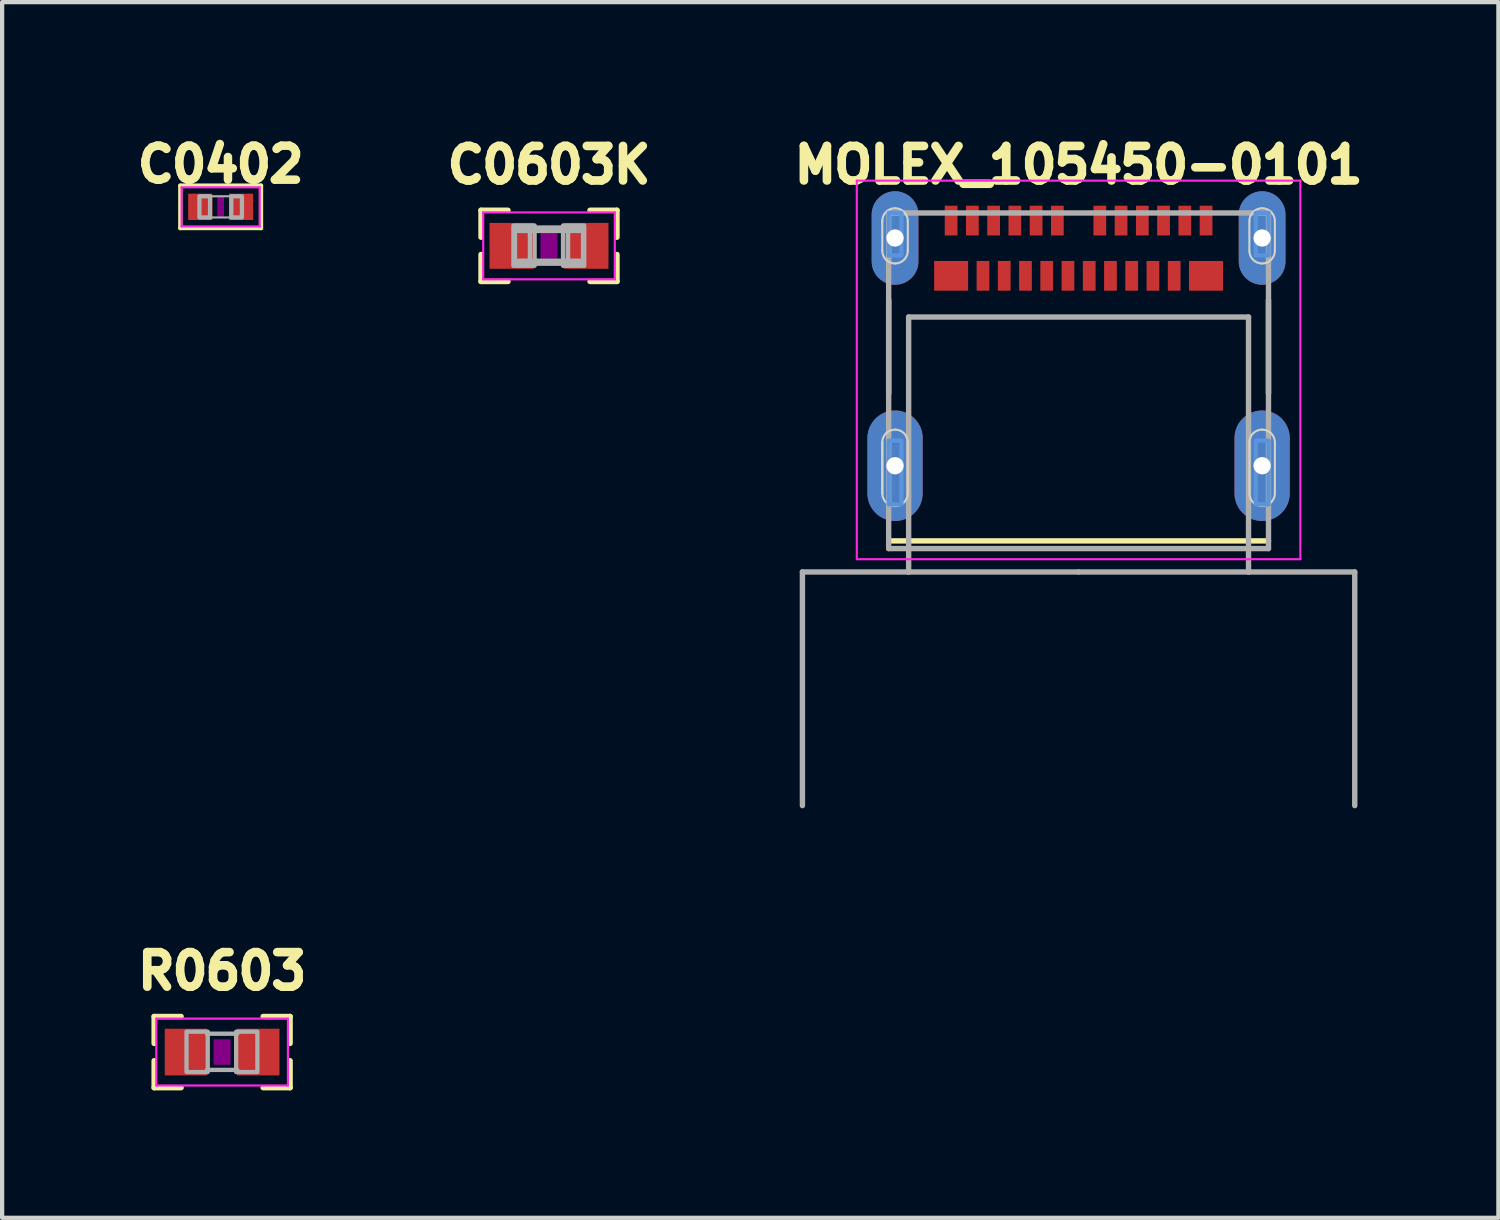
<source format=kicad_pcb>
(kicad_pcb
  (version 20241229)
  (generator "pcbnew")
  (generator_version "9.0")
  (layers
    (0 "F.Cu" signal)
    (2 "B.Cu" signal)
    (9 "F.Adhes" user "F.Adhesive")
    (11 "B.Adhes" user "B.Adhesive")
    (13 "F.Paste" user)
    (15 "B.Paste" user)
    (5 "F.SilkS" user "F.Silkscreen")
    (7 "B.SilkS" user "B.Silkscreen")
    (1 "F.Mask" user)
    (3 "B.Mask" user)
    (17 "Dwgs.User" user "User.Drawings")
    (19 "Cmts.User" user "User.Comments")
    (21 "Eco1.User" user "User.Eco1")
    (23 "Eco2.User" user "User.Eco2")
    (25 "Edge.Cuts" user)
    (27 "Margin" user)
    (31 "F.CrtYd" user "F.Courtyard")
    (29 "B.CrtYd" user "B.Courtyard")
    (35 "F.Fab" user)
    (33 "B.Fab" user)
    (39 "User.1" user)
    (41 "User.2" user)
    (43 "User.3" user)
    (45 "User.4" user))
  (footprint "C0402"
    (layer "F.Cu")
    (at 2.144 1.819)
    (property "Reference" "C0402" (at 0 -1 0) (layer "F.SilkS") (effects (font (size 0.8 0.8) (thickness 0.2))))
    (fp_line (start -0.95 -0.5) (end 0.95 -0.5) (stroke (width 0.1) (type solid)) (layer "F.SilkS"))
    (fp_line (start -0.95 0.5) (end -0.95 -0.5) (stroke (width 0.1) (type solid)) (layer "F.SilkS"))
    (fp_line (start 0.95 -0.5) (end 0.95 0.5) (stroke (width 0.1) (type solid)) (layer "F.SilkS"))
    (fp_line (start 0.95 0.5) (end -0.95 0.5) (stroke (width 0.1) (type solid)) (layer "F.SilkS"))
    (fp_poly (pts (xy -0.079 0.238) (xy 0.079 0.238) (xy 0.079 -0.238) (xy -0.079 -0.238)) (stroke (width 0) (type default)) (fill yes) (layer "F.Adhes"))
    (fp_line (start -0.92 -0.46) (end -0.92 0.46) (stroke (width 0.05) (type solid)) (layer "F.CrtYd"))
    (fp_line (start -0.92 0.46) (end 0.92 0.46) (stroke (width 0.05) (type solid)) (layer "F.CrtYd"))
    (fp_line (start 0.92 -0.46) (end -0.92 -0.46) (stroke (width 0.05) (type solid)) (layer "F.CrtYd"))
    (fp_line (start 0.92 0.46) (end 0.92 -0.46) (stroke (width 0.05) (type solid)) (layer "F.CrtYd"))
    (fp_line (start -0.5 -0.25) (end 0.5 -0.25) (stroke (width 0.05) (type solid)) (layer "F.Fab"))
    (fp_line (start 0.5 0.25) (end -0.5 0.25) (stroke (width 0.05) (type solid)) (layer "F.Fab"))
    (fp_poly (pts (xy -0.5 0.25) (xy -0.25 0.25) (xy -0.25 -0.25) (xy -0.5 -0.25)) (stroke (width 0.1) (type default)) (fill no) (layer "F.Fab"))
    (fp_poly (pts (xy 0.25 0.25) (xy 0.5 0.25) (xy 0.5 -0.25) (xy 0.25 -0.25)) (stroke (width 0.1) (type default)) (fill no) (layer "F.Fab"))
    (pad "1" smd rect (at -0.48 0) (size 0.57 0.62) (layers "F.Cu" "F.Mask" "F.Paste"))
    (pad "2" smd rect (at 0.48 0) (size 0.57 0.62) (layers "F.Cu" "F.Mask" "F.Paste")))
  (footprint "R0603"
    (layer "F.Cu")
    (at 2.178 21.713)
    (property "Reference" "R0603" (at 0 -1.905 0) (layer "F.SilkS") (effects (font (size 0.813 0.813) (thickness 0.203))))
    (fp_line (start -1.6 -0.838) (end -1.6 -0.203) (stroke (width 0.127) (type solid)) (layer "F.SilkS"))
    (fp_line (start -1.6 -0.838) (end -0.965 -0.838) (stroke (width 0.127) (type solid)) (layer "F.SilkS"))
    (fp_line (start -1.6 0.838) (end -1.6 0.203) (stroke (width 0.127) (type solid)) (layer "F.SilkS"))
    (fp_line (start -1.6 0.838) (end -0.965 0.838) (stroke (width 0.127) (type solid)) (layer "F.SilkS"))
    (fp_line (start 1.6 -0.838) (end 0.965 -0.838) (stroke (width 0.127) (type solid)) (layer "F.SilkS"))
    (fp_line (start 1.6 -0.838) (end 1.6 -0.203) (stroke (width 0.127) (type solid)) (layer "F.SilkS"))
    (fp_line (start 1.6 0.838) (end 0.965 0.838) (stroke (width 0.127) (type solid)) (layer "F.SilkS"))
    (fp_line (start 1.6 0.838) (end 1.6 0.203) (stroke (width 0.127) (type solid)) (layer "F.SilkS"))
    (fp_poly (pts (xy -0.2 0.3) (xy 0.2 0.3) (xy 0.2 -0.3) (xy -0.2 -0.3)) (stroke (width 0) (type default)) (fill yes) (layer "F.Adhes"))
    (fp_line (start -1.549 -0.787) (end 1.549 -0.787) (stroke (width 0.051) (type solid)) (layer "F.CrtYd"))
    (fp_line (start -1.549 0.787) (end -1.549 -0.787) (stroke (width 0.051) (type solid)) (layer "F.CrtYd"))
    (fp_line (start 1.549 -0.787) (end 1.549 0.787) (stroke (width 0.051) (type solid)) (layer "F.CrtYd"))
    (fp_line (start 1.549 0.787) (end -1.549 0.787) (stroke (width 0.051) (type solid)) (layer "F.CrtYd"))
    (fp_line (start -0.356 -0.432) (end 0.356 -0.432) (stroke (width 0.102) (type solid)) (layer "F.Fab"))
    (fp_line (start -0.356 0.419) (end 0.356 0.419) (stroke (width 0.102) (type solid)) (layer "F.Fab"))
    (fp_poly (pts (xy -0.838 0.47) (xy -0.338 0.47) (xy -0.338 -0.48) (xy -0.838 -0.48)) (stroke (width 0.1) (type default)) (fill no) (layer "F.Fab"))
    (fp_poly (pts (xy 0.33 0.47) (xy 0.83 0.47) (xy 0.83 -0.48) (xy 0.33 -0.48)) (stroke (width 0.1) (type default)) (fill no) (layer "F.Fab"))
    (pad "1" smd rect (at -0.85 0) (size 1 1.1) (layers "F.Cu" "F.Mask" "F.Paste"))
    (pad "2" smd rect (at 0.85 0) (size 1 1.1) (layers "F.Cu" "F.Mask" "F.Paste")))
  (footprint "MOLEX_105450-0101"
    (layer "F.Cu")
    (at 22.337 5.912)
    (property "Reference" "MOLEX_105450-0101" (at 0 -5.08 0) (layer "F.SilkS") (effects (font (size 0.813 0.813) (thickness 0.203))))
    (fp_line (start -4.47 0.3) (end -4.47 -1.9) (stroke (width 0.127) (type solid)) (layer "F.SilkS"))
    (fp_line (start -4.47 3.77) (end 4.47 3.77) (stroke (width 0.127) (type solid)) (layer "F.SilkS"))
    (fp_line (start 4.47 0.3) (end 4.47 -1.9) (stroke (width 0.127) (type solid)) (layer "F.SilkS"))
    (fp_poly (pts (xy -4.47 -2.95) (xy -4.17 -2.95) (xy -4.17 -3.95) (xy -4.47 -3.95)) (stroke (width 0.1) (type default)) (fill no) (layer "Cmts.User"))
    (fp_poly (pts (xy -4.47 2.91) (xy -4.17 2.91) (xy -4.17 1.41) (xy -4.47 1.41)) (stroke (width 0.1) (type default)) (fill no) (layer "Cmts.User"))
    (fp_poly (pts (xy 4.17 -2.95) (xy 4.47 -2.95) (xy 4.47 -3.95) (xy 4.17 -3.95)) (stroke (width 0.1) (type default)) (fill no) (layer "Cmts.User"))
    (fp_poly (pts (xy 4.17 2.91) (xy 4.47 2.91) (xy 4.47 1.41) (xy 4.17 1.41)) (stroke (width 0.1) (type default)) (fill no) (layer "Cmts.User"))
    (fp_line (start -4.62 -3.06) (end -4.62 -3.76) (stroke (width 0.05) (type solid)) (layer "Edge.Cuts"))
    (fp_line (start -4.62 2.65) (end -4.62 1.45) (stroke (width 0.05) (type solid)) (layer "Edge.Cuts"))
    (fp_line (start -4.62 2.65) (end -4.62 1.45) (stroke (width 0.05) (type solid)) (layer "Edge.Cuts"))
    (fp_line (start -4.02 -3.76) (end -4.02 -3.06) (stroke (width 0.05) (type solid)) (layer "Edge.Cuts"))
    (fp_line (start -4.02 1.45) (end -4.02 2.65) (stroke (width 0.05) (type solid)) (layer "Edge.Cuts"))
    (fp_line (start 4.02 -3.06) (end 4.02 -3.76) (stroke (width 0.05) (type solid)) (layer "Edge.Cuts"))
    (fp_line (start 4.02 2.65) (end 4.02 1.45) (stroke (width 0.05) (type solid)) (layer "Edge.Cuts"))
    (fp_line (start 4.62 -3.76) (end 4.62 -3.06) (stroke (width 0.05) (type solid)) (layer "Edge.Cuts"))
    (fp_line (start 4.62 1.45) (end 4.62 2.65) (stroke (width 0.05) (type solid)) (layer "Edge.Cuts"))
    (fp_arc (start -4.62 -3.76) (mid -4.532132 -3.972132) (end -4.32 -4.06) (stroke (width 0.05) (type solid)) (layer "Edge.Cuts"))
    (fp_arc (start -4.62 1.45) (mid -4.532132 1.237868) (end -4.32 1.15) (stroke (width 0.05) (type solid)) (layer "Edge.Cuts"))
    (fp_arc (start -4.32 -4.06) (mid -4.107868 -3.972132) (end -4.02 -3.76) (stroke (width 0.05) (type solid)) (layer "Edge.Cuts"))
    (fp_arc (start -4.32 -2.76) (mid -4.532132 -2.847868) (end -4.62 -3.06) (stroke (width 0.05) (type solid)) (layer "Edge.Cuts"))
    (fp_arc (start -4.32 1.15) (mid -4.107868 1.237868) (end -4.02 1.45) (stroke (width 0.05) (type solid)) (layer "Edge.Cuts"))
    (fp_arc (start -4.32 2.95) (mid -4.532132 2.862132) (end -4.62 2.65) (stroke (width 0.05) (type solid)) (layer "Edge.Cuts"))
    (fp_arc (start -4.02 -3.06) (mid -4.107868 -2.847868) (end -4.32 -2.76) (stroke (width 0.05) (type solid)) (layer "Edge.Cuts"))
    (fp_arc (start -4.02 2.65) (mid -4.107868 2.862132) (end -4.32 2.95) (stroke (width 0.05) (type solid)) (layer "Edge.Cuts"))
    (fp_arc (start 4.02 -3.76) (mid 4.107868 -3.972132) (end 4.32 -4.06) (stroke (width 0.05) (type solid)) (layer "Edge.Cuts"))
    (fp_arc (start 4.02 1.45) (mid 4.107868 1.237868) (end 4.32 1.15) (stroke (width 0.05) (type solid)) (layer "Edge.Cuts"))
    (fp_arc (start 4.32 -4.06) (mid 4.532132 -3.972132) (end 4.62 -3.76) (stroke (width 0.05) (type solid)) (layer "Edge.Cuts"))
    (fp_arc (start 4.32 -2.76) (mid 4.107868 -2.847868) (end 4.02 -3.06) (stroke (width 0.05) (type solid)) (layer "Edge.Cuts"))
    (fp_arc (start 4.32 1.15) (mid 4.532132 1.237868) (end 4.62 1.45) (stroke (width 0.05) (type solid)) (layer "Edge.Cuts"))
    (fp_arc (start 4.32 2.95) (mid 4.107868 2.862132) (end 4.02 2.65) (stroke (width 0.05) (type solid)) (layer "Edge.Cuts"))
    (fp_arc (start 4.62 -3.06) (mid 4.532132 -2.847868) (end 4.32 -2.76) (stroke (width 0.05) (type solid)) (layer "Edge.Cuts"))
    (fp_arc (start 4.62 2.65) (mid 4.532132 2.862132) (end 4.32 2.95) (stroke (width 0.05) (type solid)) (layer "Edge.Cuts"))
    (fp_line (start -5.22 -4.71) (end 5.22 -4.71) (stroke (width 0.05) (type solid)) (layer "F.CrtYd"))
    (fp_line (start -5.22 4.2) (end -5.22 -4.71) (stroke (width 0.05) (type solid)) (layer "F.CrtYd"))
    (fp_line (start 5.22 -4.71) (end 5.22 4.2) (stroke (width 0.05) (type solid)) (layer "F.CrtYd"))
    (fp_line (start 5.22 4.2) (end -5.22 4.2) (stroke (width 0.05) (type solid)) (layer "F.CrtYd"))
    (fp_line (start -6.5 4.5) (end -6.5 10) (stroke (width 0.127) (type solid)) (layer "F.Fab"))
    (fp_line (start -4.47 -3.95) (end -4.47 3.95) (stroke (width 0.127) (type solid)) (layer "F.Fab"))
    (fp_line (start -4.47 3.95) (end 4.47 3.95) (stroke (width 0.127) (type solid)) (layer "F.Fab"))
    (fp_line (start -4 -1.5) (end 4 -1.5) (stroke (width 0.127) (type solid)) (layer "F.Fab"))
    (fp_line (start -4 4.5) (end -6.5 4.5) (stroke (width 0.127) (type solid)) (layer "F.Fab"))
    (fp_line (start -4 4.5) (end -4 -1.5) (stroke (width 0.127) (type solid)) (layer "F.Fab"))
    (fp_line (start 0 4.5) (end -4 4.5) (stroke (width 0.127) (type solid)) (layer "F.Fab"))
    (fp_line (start 0 4.5) (end 4 4.5) (stroke (width 0.127) (type solid)) (layer "F.Fab"))
    (fp_line (start 4 -1.5) (end 4 4.5) (stroke (width 0.127) (type solid)) (layer "F.Fab"))
    (fp_line (start 4 4.5) (end 6.5 4.5) (stroke (width 0.127) (type solid)) (layer "F.Fab"))
    (fp_line (start 4.47 -3.95) (end -4.47 -3.95) (stroke (width 0.127) (type solid)) (layer "F.Fab"))
    (fp_line (start 4.47 3.95) (end 4.47 -3.95) (stroke (width 0.127) (type solid)) (layer "F.Fab"))
    (fp_line (start 6.5 4.5) (end 6.5 10) (stroke (width 0.127) (type solid)) (layer "F.Fab"))
    (pad "A1" smd rect (at -3 -3.77) (size 0.3 0.7) (layers "F.Cu" "F.Mask" "F.Paste"))
    (pad "A2" smd rect (at -2.5 -3.77) (size 0.3 0.7) (layers "F.Cu" "F.Mask" "F.Paste"))
    (pad "A3" smd rect (at -2 -3.77) (size 0.3 0.7) (layers "F.Cu" "F.Mask" "F.Paste"))
    (pad "A4" smd rect (at -1.5 -3.77) (size 0.3 0.7) (layers "F.Cu" "F.Mask" "F.Paste"))
    (pad "A5" smd rect (at -1 -3.77) (size 0.3 0.7) (layers "F.Cu" "F.Mask" "F.Paste"))
    (pad "A6" smd rect (at -0.5 -3.77) (size 0.3 0.7) (layers "F.Cu" "F.Mask" "F.Paste"))
    (pad "A7" smd rect (at 0.5 -3.77) (size 0.3 0.7) (layers "F.Cu" "F.Mask" "F.Paste"))
    (pad "A8" smd rect (at 1 -3.77) (size 0.3 0.7) (layers "F.Cu" "F.Mask" "F.Paste"))
    (pad "A9" smd rect (at 1.5 -3.77) (size 0.3 0.7) (layers "F.Cu" "F.Mask" "F.Paste"))
    (pad "A10" smd rect (at 2 -3.77) (size 0.3 0.7) (layers "F.Cu" "F.Mask" "F.Paste"))
    (pad "A11" smd rect (at 2.5 -3.77) (size 0.3 0.7) (layers "F.Cu" "F.Mask" "F.Paste"))
    (pad "A12" smd rect (at 3 -3.77) (size 0.3 0.7) (layers "F.Cu" "F.Mask" "F.Paste"))
    (pad "B1" smd rect (at 3 -2.47) (size 0.8 0.7) (layers "F.Cu" "F.Mask" "F.Paste"))
    (pad "B2" smd rect (at 2.25 -2.47) (size 0.3 0.7) (layers "F.Cu" "F.Mask" "F.Paste"))
    (pad "B3" smd rect (at 1.75 -2.47) (size 0.3 0.7) (layers "F.Cu" "F.Mask" "F.Paste"))
    (pad "B4" smd rect (at 1.25 -2.47) (size 0.3 0.7) (layers "F.Cu" "F.Mask" "F.Paste"))
    (pad "B5" smd rect (at 0.75 -2.47) (size 0.3 0.7) (layers "F.Cu" "F.Mask" "F.Paste"))
    (pad "B6" smd rect (at 0.25 -2.47) (size 0.3 0.7) (layers "F.Cu" "F.Mask" "F.Paste"))
    (pad "B7" smd rect (at -0.25 -2.47) (size 0.3 0.7) (layers "F.Cu" "F.Mask" "F.Paste"))
    (pad "B8" smd rect (at -0.75 -2.47) (size 0.3 0.7) (layers "F.Cu" "F.Mask" "F.Paste"))
    (pad "B9" smd rect (at -1.25 -2.47) (size 0.3 0.7) (layers "F.Cu" "F.Mask" "F.Paste"))
    (pad "B10" smd rect (at -1.75 -2.47) (size 0.3 0.7) (layers "F.Cu" "F.Mask" "F.Paste"))
    (pad "B11" smd rect (at -2.25 -2.47) (size 0.3 0.7) (layers "F.Cu" "F.Mask" "F.Paste"))
    (pad "B12" smd rect (at -3 -2.47) (size 0.8 0.7) (layers "F.Cu" "F.Mask" "F.Paste"))
    (pad "S1" thru_hole oval (at -4.32 -3.36 90) (size 2.2 1.1) (drill 0.406) (layers "*.Cu" "*.Mask"))
    (pad "S2" thru_hole oval (at 4.32 -3.36 90) (size 2.2 1.1) (drill 0.406) (layers "*.Cu" "*.Mask"))
    (pad "S3" thru_hole oval (at -4.32 2 90) (size 2.6 1.3) (drill 0.406) (layers "*.Cu" "*.Mask"))
    (pad "S4" thru_hole oval (at 4.32 2 90) (size 2.6 1.3) (drill 0.406) (layers "*.Cu" "*.Mask"))
    (zone (net_name "") (layer "F.Cu") (hatch edge 0.5) (connect_pads) (min_thickness 0.25) (filled_areas_thickness no) (keepout (tracks not_allowed) (vias not_allowed) (pads not_allowed) (copperpour not_allowed) (footprints allowed)) (placement (enabled no)) (fill) (polygon (pts (xy 18.837 9.683) (xy 25.837 9.683) (xy 25.837 4.032) (xy 18.837 4.032))))
    (zone (net_name "") (layers "F.Cu" "B.Cu") (hatch edge 0.5) (connect_pads) (min_thickness 0.25) (filled_areas_thickness no) (keepout (tracks allowed) (vias not_allowed) (pads allowed) (copperpour allowed) (footprints allowed)) (placement (enabled no)) (fill) (polygon (pts (xy 18.835 9.685) (xy 25.837 9.685) (xy 25.837 4.032) (xy 18.835 4.032)))))
  (footprint "C0603K"
    (layer "F.Cu")
    (at 9.872 2.737)
    (property "Reference" "C0603K" (at 0 -1.905 0) (layer "F.SilkS") (effects (font (size 0.813 0.813) (thickness 0.203))))
    (fp_line (start -1.6 -0.838) (end -1.6 -0.203) (stroke (width 0.127) (type solid)) (layer "F.SilkS"))
    (fp_line (start -1.6 -0.838) (end -0.965 -0.838) (stroke (width 0.127) (type solid)) (layer "F.SilkS"))
    (fp_line (start -1.6 0.838) (end -1.6 0.203) (stroke (width 0.127) (type solid)) (layer "F.SilkS"))
    (fp_line (start -1.6 0.838) (end -0.965 0.838) (stroke (width 0.127) (type solid)) (layer "F.SilkS"))
    (fp_line (start 1.6 -0.838) (end 0.965 -0.838) (stroke (width 0.127) (type solid)) (layer "F.SilkS"))
    (fp_line (start 1.6 -0.838) (end 1.6 -0.203) (stroke (width 0.127) (type solid)) (layer "F.SilkS"))
    (fp_line (start 1.6 0.838) (end 0.965 0.838) (stroke (width 0.127) (type solid)) (layer "F.SilkS"))
    (fp_line (start 1.6 0.838) (end 1.6 0.203) (stroke (width 0.127) (type solid)) (layer "F.SilkS"))
    (fp_poly (pts (xy -0.2 0.3) (xy 0.2 0.3) (xy 0.2 -0.3) (xy -0.2 -0.3)) (stroke (width 0) (type default)) (fill yes) (layer "F.Adhes"))
    (fp_line (start -1.549 -0.787) (end 1.549 -0.787) (stroke (width 0.051) (type solid)) (layer "F.CrtYd"))
    (fp_line (start -1.549 0.787) (end -1.549 -0.787) (stroke (width 0.051) (type solid)) (layer "F.CrtYd"))
    (fp_line (start 1.549 -0.787) (end 1.549 0.787) (stroke (width 0.051) (type solid)) (layer "F.CrtYd"))
    (fp_line (start 1.549 0.787) (end -1.549 0.787) (stroke (width 0.051) (type solid)) (layer "F.CrtYd"))
    (fp_line (start -0.725 -0.35) (end 0.725 -0.35) (stroke (width 0.102) (type solid)) (layer "F.Fab"))
    (fp_line (start -0.356 -0.432) (end 0.356 -0.432) (stroke (width 0.102) (type solid)) (layer "F.Fab"))
    (fp_line (start -0.356 0.419) (end 0.356 0.419) (stroke (width 0.102) (type solid)) (layer "F.Fab"))
    (fp_line (start 0.725 0.35) (end -0.725 0.35) (stroke (width 0.102) (type solid)) (layer "F.Fab"))
    (fp_poly (pts (xy -0.838 0.47) (xy -0.338 0.47) (xy -0.338 -0.48) (xy -0.838 -0.48)) (stroke (width 0.1) (type default)) (fill no) (layer "F.Fab"))
    (fp_poly (pts (xy -0.8 0.4) (xy -0.45 0.4) (xy -0.45 -0.4) (xy -0.8 -0.4)) (stroke (width 0.1) (type default)) (fill no) (layer "F.Fab"))
    (fp_poly (pts (xy 0.33 0.47) (xy 0.83 0.47) (xy 0.83 -0.48) (xy 0.33 -0.48)) (stroke (width 0.1) (type default)) (fill no) (layer "F.Fab"))
    (fp_poly (pts (xy 0.45 0.4) (xy 0.8 0.4) (xy 0.8 -0.4) (xy 0.45 -0.4)) (stroke (width 0.1) (type default)) (fill no) (layer "F.Fab"))
    (pad "1" smd rect (at -0.875 0) (size 1.05 1.08) (layers "F.Cu" "F.Mask" "F.Paste"))
    (pad "2" smd rect (at 0.875 0) (size 1.05 1.08) (layers "F.Cu" "F.Mask" "F.Paste")))
  (gr_rect
    (start -3 -3)
    (end 32.218 25.614)
    (stroke (width 0.1) (type default))
    (fill no)
    (layer "Edge.Cuts")))
</source>
